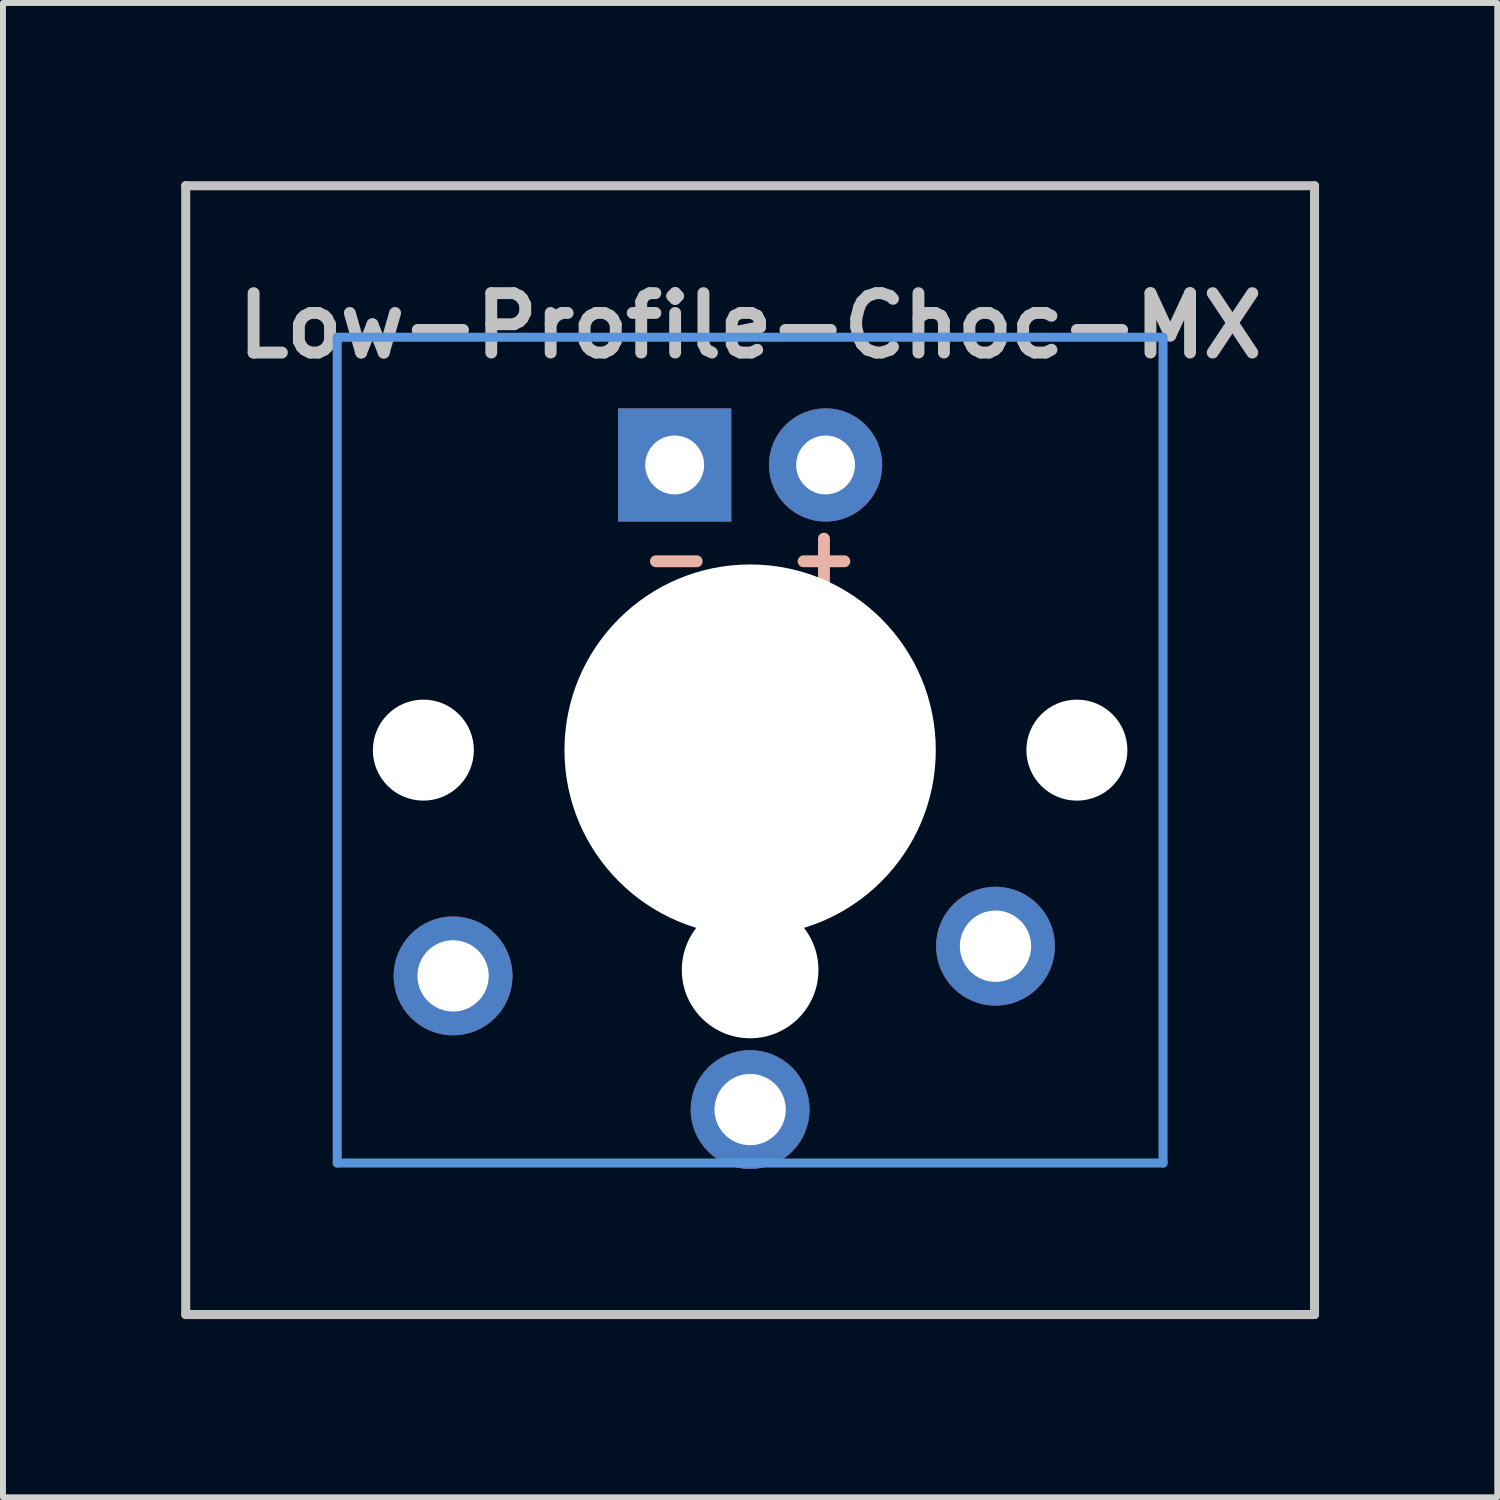
<source format=kicad_pcb>
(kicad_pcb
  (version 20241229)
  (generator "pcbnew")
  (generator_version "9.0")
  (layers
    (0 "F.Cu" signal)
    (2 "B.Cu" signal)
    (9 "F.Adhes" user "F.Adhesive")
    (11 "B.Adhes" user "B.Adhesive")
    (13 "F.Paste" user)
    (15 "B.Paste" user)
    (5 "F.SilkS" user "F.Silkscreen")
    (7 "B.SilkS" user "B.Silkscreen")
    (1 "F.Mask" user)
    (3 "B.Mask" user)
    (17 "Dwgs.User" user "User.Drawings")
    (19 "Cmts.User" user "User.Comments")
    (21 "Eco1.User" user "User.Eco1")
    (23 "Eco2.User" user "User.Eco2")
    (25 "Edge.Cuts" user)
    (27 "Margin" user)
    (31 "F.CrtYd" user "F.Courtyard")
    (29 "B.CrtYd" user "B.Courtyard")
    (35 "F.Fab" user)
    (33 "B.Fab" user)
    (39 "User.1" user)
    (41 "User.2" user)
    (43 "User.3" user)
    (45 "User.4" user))
  (footprint "Low-Profile-Choc-MX"
    (layer "F.Cu")
    (at 9.576 9.576)
    (property "Reference" "Low-Profile-Choc-MX" (at 0 -7.144 180) (layer "Dwgs.User") (effects (font (size 1 1) (thickness 0.2))))
    (attr through_hole)
    (fp_line (start -9.5 -9.5) (end 9.5 -9.5) (stroke (width 0.152) (type solid)) (layer "Dwgs.User"))
    (fp_line (start -9.5 9.5) (end -9.5 -9.5) (stroke (width 0.152) (type solid)) (layer "Dwgs.User"))
    (fp_line (start 9.5 -9.5) (end 9.5 9.5) (stroke (width 0.152) (type solid)) (layer "Dwgs.User"))
    (fp_line (start 9.5 9.5) (end -9.5 9.5) (stroke (width 0.152) (type solid)) (layer "Dwgs.User"))
    (fp_line (start -6.95 -6.95) (end 6.95 -6.95) (stroke (width 0.152) (type solid)) (layer "Cmts.User"))
    (fp_line (start -6.95 6.95) (end -6.95 -6.95) (stroke (width 0.152) (type solid)) (layer "Cmts.User"))
    (fp_line (start 6.95 -6.95) (end 6.95 6.95) (stroke (width 0.152) (type solid)) (layer "Cmts.User"))
    (fp_line (start 6.95 6.95) (end -6.95 6.95) (stroke (width 0.152) (type solid)) (layer "Cmts.User"))
    (fp_line (start -7.5 -7.5) (end 7.5 -7.5) (stroke (width 0.152) (type solid)) (layer "Eco2.User"))
    (fp_line (start -7.5 7.5) (end -7.5 -7.5) (stroke (width 0.152) (type solid)) (layer "Eco2.User"))
    (fp_line (start 7.5 -7.5) (end 7.5 7.5) (stroke (width 0.152) (type solid)) (layer "Eco2.User"))
    (fp_line (start 7.5 7.5) (end -7.5 7.5) (stroke (width 0.152) (type solid)) (layer "Eco2.User"))
    (fp_text user "-  +" (at 0 -3.25 0) (layer "B.SilkS") (effects (font (size 1 0.9) (thickness 0.2))))
    (pad "" np_thru_hole circle (at -5.5 0 41.9) (size 1.7 1.7) (drill 1.7) (layers "*.Cu" "*.Mask"))
    (pad "" np_thru_hole circle (at 0 0 180) (size 6.25 6.25) (drill 6.25) (layers "*.Cu" "*.Mask"))
    (pad "" np_thru_hole circle (at 0 3.7 180) (size 2.3 2.3) (drill 2.3) (layers "*.Cu" "*.Mask"))
    (pad "" np_thru_hole circle (at 5.5 0 41.9) (size 1.7 1.7) (drill 1.7) (layers "*.Cu" "*.Mask"))
    (pad "1" thru_hole circle (at 0 6.05 180) (size 2 2) (drill 1.2) (layers "*.Cu" "*.Mask"))
    (pad "2" thru_hole circle (at -5 3.8 41.9) (size 2 2) (drill 1.2) (layers "*.Cu" "*.Mask"))
    (pad "2" thru_hole circle (at 4.13 3.3 41.9) (size 2 2) (drill 1.2) (layers "*.Cu" "*.Mask"))
    (pad "3" thru_hole circle (at 1.27 -4.8) (size 1.905 1.905) (drill 0.991) (layers "*.Cu" "*.Mask"))
    (pad "4" thru_hole rect (at -1.27 -4.8) (size 1.905 1.905) (drill 0.991) (layers "*.Cu" "*.Mask")))
  (gr_rect
    (start -3 -3)
    (end 22.152 22.152)
    (stroke (width 0.1) (type default))
    (fill no)
    (layer "Edge.Cuts")))
</source>
